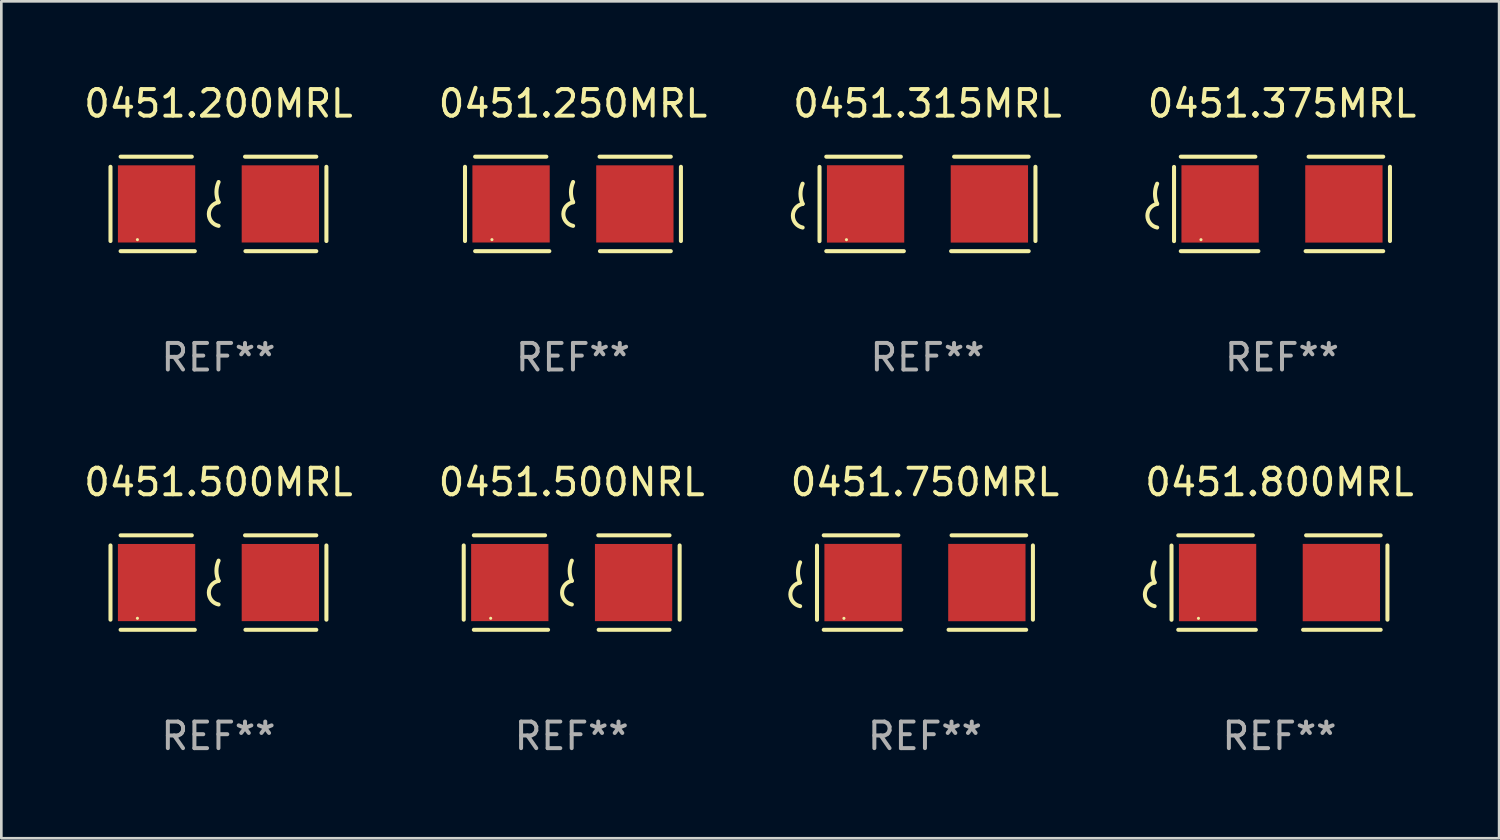
<source format=kicad_pcb>
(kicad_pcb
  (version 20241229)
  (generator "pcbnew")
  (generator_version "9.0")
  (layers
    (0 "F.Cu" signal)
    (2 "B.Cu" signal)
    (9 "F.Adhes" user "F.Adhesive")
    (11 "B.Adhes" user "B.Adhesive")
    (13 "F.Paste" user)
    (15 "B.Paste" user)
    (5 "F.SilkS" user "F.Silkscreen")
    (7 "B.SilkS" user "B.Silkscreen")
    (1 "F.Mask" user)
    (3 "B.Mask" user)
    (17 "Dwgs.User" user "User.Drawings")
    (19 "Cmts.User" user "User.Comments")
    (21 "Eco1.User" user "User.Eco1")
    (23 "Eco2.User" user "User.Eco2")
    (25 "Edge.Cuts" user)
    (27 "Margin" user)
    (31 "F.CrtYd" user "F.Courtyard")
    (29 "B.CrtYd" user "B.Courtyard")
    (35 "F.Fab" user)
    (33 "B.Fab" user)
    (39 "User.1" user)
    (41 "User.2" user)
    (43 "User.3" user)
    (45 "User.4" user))
  (footprint "0451.315MRL"
    (layer "F.Cu")
    (at 31.863 4.626)
    (property "Reference" "0451.315MRL" (at 0 -3.778 0) (layer "F.SilkS") (effects (font (size 1 1) (thickness 0.15))))
    (attr through_hole)
    (fp_line (start -4.064 -1.393) (end -4.064 1.401) (stroke (width 0.152) (type solid)) (layer "F.SilkS"))
    (fp_line (start -3.81 -1.778) (end -1.002 -1.778) (stroke (width 0.152) (type solid)) (layer "F.SilkS"))
    (fp_line (start -0.889 1.778) (end -3.81 1.778) (stroke (width 0.152) (type solid)) (layer "F.SilkS"))
    (fp_line (start 0.889 1.778) (end 3.81 1.778) (stroke (width 0.152) (type solid)) (layer "F.SilkS"))
    (fp_line (start 3.81 -1.778) (end 1.002 -1.778) (stroke (width 0.152) (type solid)) (layer "F.SilkS"))
    (fp_line (start 4.064 -1.397) (end 4.064 1.397) (stroke (width 0.152) (type solid)) (layer "F.SilkS"))
    (fp_arc (start -4.699009 0) (mid -4.780645 -0.381001) (end -4.699009 -0.762002) (stroke (width 0.151994) (type solid)) (layer "F.SilkS"))
    (fp_arc (start -4.699009 0.889002) (mid -5.066697 0.444501) (end -4.699009 0) (stroke (width 0.151994) (type solid)) (layer "F.SilkS"))
    (fp_circle (center -3.05 1.347) (end -3.02 1.347) (stroke (width 0.06) (type solid)) (fill no) (layer "F.SilkS"))
    (fp_text user "REF**" (at 0 5.778 0) (layer "F.Fab") (effects (font (size 1 1) (thickness 0.15))))
    (pad "1" smd rect (at -2.33 0) (size 2.91 2.911) (layers "F.Cu" "F.Mask" "F.Paste"))
    (pad "2" smd rect (at 2.33 0) (size 2.91 2.911) (layers "F.Cu" "F.Mask" "F.Paste")))
  (footprint "0451.500MRL"
    (layer "F.Cu")
    (at 5.173 18.879)
    (property "Reference" "0451.500MRL" (at 0 -3.778 0) (layer "F.SilkS") (effects (font (size 1 1) (thickness 0.15))))
    (attr through_hole)
    (fp_line (start -4.064 -1.397) (end -4.064 1.397) (stroke (width 0.152) (type solid)) (layer "F.SilkS"))
    (fp_line (start -3.683 -1.778) (end -1.002 -1.778) (stroke (width 0.152) (type solid)) (layer "F.SilkS"))
    (fp_line (start -0.889 1.778) (end -3.683 1.778) (stroke (width 0.152) (type solid)) (layer "F.SilkS"))
    (fp_line (start 1.016 1.778) (end 3.683 1.778) (stroke (width 0.152) (type solid)) (layer "F.SilkS"))
    (fp_line (start 3.683 -1.778) (end 1.001 -1.778) (stroke (width 0.152) (type solid)) (layer "F.SilkS"))
    (fp_line (start 4.064 -1.397) (end 4.064 1.397) (stroke (width 0.152) (type solid)) (layer "F.SilkS"))
    (fp_arc (start 0.006045 -0.0635) (mid -0.075591 -0.444501) (end 0.006045 -0.825502) (stroke (width 0.151994) (type solid)) (layer "F.SilkS"))
    (fp_arc (start 0.006045 0.825502) (mid -0.361643 0.381001) (end 0.006045 -0.0635) (stroke (width 0.151994) (type solid)) (layer "F.SilkS"))
    (fp_circle (center -3.05 1.345) (end -3.02 1.345) (stroke (width 0.06) (type solid)) (fill no) (layer "F.SilkS"))
    (fp_text user "REF**" (at 0 5.778 0) (layer "F.Fab") (effects (font (size 1 1) (thickness 0.15))))
    (pad "1" smd rect (at -2.33 0) (size 2.91 2.905) (layers "F.Cu" "F.Mask" "F.Paste"))
    (pad "2" smd rect (at 2.33 0) (size 2.91 2.905) (layers "F.Cu" "F.Mask" "F.Paste")))
  (footprint "0451.800MRL"
    (layer "F.Cu")
    (at 45.113 18.879)
    (property "Reference" "0451.800MRL" (at 0 -3.778 0) (layer "F.SilkS") (effects (font (size 1 1) (thickness 0.15))))
    (attr through_hole)
    (fp_line (start -4.064 -1.393) (end -4.064 1.401) (stroke (width 0.152) (type solid)) (layer "F.SilkS"))
    (fp_line (start -3.81 -1.778) (end -1.002 -1.778) (stroke (width 0.152) (type solid)) (layer "F.SilkS"))
    (fp_line (start -0.889 1.778) (end -3.81 1.778) (stroke (width 0.152) (type solid)) (layer "F.SilkS"))
    (fp_line (start 0.889 1.778) (end 3.81 1.778) (stroke (width 0.152) (type solid)) (layer "F.SilkS"))
    (fp_line (start 3.81 -1.778) (end 1.002 -1.778) (stroke (width 0.152) (type solid)) (layer "F.SilkS"))
    (fp_line (start 4.064 -1.397) (end 4.064 1.397) (stroke (width 0.152) (type solid)) (layer "F.SilkS"))
    (fp_arc (start -4.699009 0) (mid -4.780645 -0.381001) (end -4.699009 -0.762002) (stroke (width 0.151994) (type solid)) (layer "F.SilkS"))
    (fp_arc (start -4.699009 0.889002) (mid -5.066697 0.444501) (end -4.699009 0) (stroke (width 0.151994) (type solid)) (layer "F.SilkS"))
    (fp_circle (center -3.05 1.347) (end -3.02 1.347) (stroke (width 0.06) (type solid)) (fill no) (layer "F.SilkS"))
    (fp_text user "REF**" (at 0 5.778 0) (layer "F.Fab") (effects (font (size 1 1) (thickness 0.15))))
    (pad "1" smd rect (at -2.33 0) (size 2.91 2.911) (layers "F.Cu" "F.Mask" "F.Paste"))
    (pad "2" smd rect (at 2.33 0) (size 2.91 2.911) (layers "F.Cu" "F.Mask" "F.Paste")))
  (footprint "0451.250MRL"
    (layer "F.Cu")
    (at 18.518 4.626)
    (property "Reference" "0451.250MRL" (at 0 -3.778 0) (layer "F.SilkS") (effects (font (size 1 1) (thickness 0.15))))
    (attr through_hole)
    (fp_line (start -4.064 -1.397) (end -4.064 1.397) (stroke (width 0.152) (type solid)) (layer "F.SilkS"))
    (fp_line (start -3.683 -1.778) (end -1.002 -1.778) (stroke (width 0.152) (type solid)) (layer "F.SilkS"))
    (fp_line (start -0.889 1.778) (end -3.683 1.778) (stroke (width 0.152) (type solid)) (layer "F.SilkS"))
    (fp_line (start 1.016 1.778) (end 3.683 1.778) (stroke (width 0.152) (type solid)) (layer "F.SilkS"))
    (fp_line (start 3.683 -1.778) (end 1.001 -1.778) (stroke (width 0.152) (type solid)) (layer "F.SilkS"))
    (fp_line (start 4.064 -1.397) (end 4.064 1.397) (stroke (width 0.152) (type solid)) (layer "F.SilkS"))
    (fp_arc (start 0.006045 -0.0635) (mid -0.075591 -0.444501) (end 0.006045 -0.825502) (stroke (width 0.151994) (type solid)) (layer "F.SilkS"))
    (fp_arc (start 0.006045 0.825502) (mid -0.361643 0.381001) (end 0.006045 -0.0635) (stroke (width 0.151994) (type solid)) (layer "F.SilkS"))
    (fp_circle (center -3.05 1.345) (end -3.02 1.345) (stroke (width 0.06) (type solid)) (fill no) (layer "F.SilkS"))
    (fp_text user "REF**" (at 0 5.778 0) (layer "F.Fab") (effects (font (size 1 1) (thickness 0.15))))
    (pad "1" smd rect (at -2.33 0) (size 2.91 2.905) (layers "F.Cu" "F.Mask" "F.Paste"))
    (pad "2" smd rect (at 2.33 0) (size 2.91 2.905) (layers "F.Cu" "F.Mask" "F.Paste")))
  (footprint "0451.750MRL"
    (layer "F.Cu")
    (at 31.768 18.879)
    (property "Reference" "0451.750MRL" (at 0 -3.778 0) (layer "F.SilkS") (effects (font (size 1 1) (thickness 0.15))))
    (attr through_hole)
    (fp_line (start -4.064 -1.393) (end -4.064 1.401) (stroke (width 0.152) (type solid)) (layer "F.SilkS"))
    (fp_line (start -3.81 -1.778) (end -1.002 -1.778) (stroke (width 0.152) (type solid)) (layer "F.SilkS"))
    (fp_line (start -0.889 1.778) (end -3.81 1.778) (stroke (width 0.152) (type solid)) (layer "F.SilkS"))
    (fp_line (start 0.889 1.778) (end 3.81 1.778) (stroke (width 0.152) (type solid)) (layer "F.SilkS"))
    (fp_line (start 3.81 -1.778) (end 1.002 -1.778) (stroke (width 0.152) (type solid)) (layer "F.SilkS"))
    (fp_line (start 4.064 -1.397) (end 4.064 1.397) (stroke (width 0.152) (type solid)) (layer "F.SilkS"))
    (fp_arc (start -4.699009 0) (mid -4.780645 -0.381001) (end -4.699009 -0.762002) (stroke (width 0.151994) (type solid)) (layer "F.SilkS"))
    (fp_arc (start -4.699009 0.889002) (mid -5.066697 0.444501) (end -4.699009 0) (stroke (width 0.151994) (type solid)) (layer "F.SilkS"))
    (fp_circle (center -3.05 1.347) (end -3.02 1.347) (stroke (width 0.06) (type solid)) (fill no) (layer "F.SilkS"))
    (fp_text user "REF**" (at 0 5.778 0) (layer "F.Fab") (effects (font (size 1 1) (thickness 0.15))))
    (pad "1" smd rect (at -2.33 0) (size 2.91 2.911) (layers "F.Cu" "F.Mask" "F.Paste"))
    (pad "2" smd rect (at 2.33 0) (size 2.91 2.911) (layers "F.Cu" "F.Mask" "F.Paste")))
  (footprint "0451.200MRL"
    (layer "F.Cu")
    (at 5.173 4.626)
    (property "Reference" "0451.200MRL" (at 0 -3.778 0) (layer "F.SilkS") (effects (font (size 1 1) (thickness 0.15))))
    (attr through_hole)
    (fp_line (start -4.064 -1.397) (end -4.064 1.397) (stroke (width 0.152) (type solid)) (layer "F.SilkS"))
    (fp_line (start -3.683 -1.778) (end -1.002 -1.778) (stroke (width 0.152) (type solid)) (layer "F.SilkS"))
    (fp_line (start -0.889 1.778) (end -3.683 1.778) (stroke (width 0.152) (type solid)) (layer "F.SilkS"))
    (fp_line (start 1.016 1.778) (end 3.683 1.778) (stroke (width 0.152) (type solid)) (layer "F.SilkS"))
    (fp_line (start 3.683 -1.778) (end 1.001 -1.778) (stroke (width 0.152) (type solid)) (layer "F.SilkS"))
    (fp_line (start 4.064 -1.397) (end 4.064 1.397) (stroke (width 0.152) (type solid)) (layer "F.SilkS"))
    (fp_arc (start 0.006045 -0.0635) (mid -0.075591 -0.444501) (end 0.006045 -0.825502) (stroke (width 0.151994) (type solid)) (layer "F.SilkS"))
    (fp_arc (start 0.006045 0.825502) (mid -0.361643 0.381001) (end 0.006045 -0.0635) (stroke (width 0.151994) (type solid)) (layer "F.SilkS"))
    (fp_circle (center -3.05 1.345) (end -3.02 1.345) (stroke (width 0.06) (type solid)) (fill no) (layer "F.SilkS"))
    (fp_text user "REF**" (at 0 5.778 0) (layer "F.Fab") (effects (font (size 1 1) (thickness 0.15))))
    (pad "1" smd rect (at -2.33 0) (size 2.91 2.905) (layers "F.Cu" "F.Mask" "F.Paste"))
    (pad "2" smd rect (at 2.33 0) (size 2.91 2.905) (layers "F.Cu" "F.Mask" "F.Paste")))
  (footprint "0451.375MRL"
    (layer "F.Cu")
    (at 45.208 4.626)
    (property "Reference" "0451.375MRL" (at 0 -3.778 0) (layer "F.SilkS") (effects (font (size 1 1) (thickness 0.15))))
    (attr through_hole)
    (fp_line (start -4.064 -1.393) (end -4.064 1.401) (stroke (width 0.152) (type solid)) (layer "F.SilkS"))
    (fp_line (start -3.81 -1.778) (end -1.002 -1.778) (stroke (width 0.152) (type solid)) (layer "F.SilkS"))
    (fp_line (start -0.889 1.778) (end -3.81 1.778) (stroke (width 0.152) (type solid)) (layer "F.SilkS"))
    (fp_line (start 0.889 1.778) (end 3.81 1.778) (stroke (width 0.152) (type solid)) (layer "F.SilkS"))
    (fp_line (start 3.81 -1.778) (end 1.002 -1.778) (stroke (width 0.152) (type solid)) (layer "F.SilkS"))
    (fp_line (start 4.064 -1.397) (end 4.064 1.397) (stroke (width 0.152) (type solid)) (layer "F.SilkS"))
    (fp_arc (start -4.699009 0) (mid -4.780645 -0.381001) (end -4.699009 -0.762002) (stroke (width 0.151994) (type solid)) (layer "F.SilkS"))
    (fp_arc (start -4.699009 0.889002) (mid -5.066697 0.444501) (end -4.699009 0) (stroke (width 0.151994) (type solid)) (layer "F.SilkS"))
    (fp_circle (center -3.05 1.347) (end -3.02 1.347) (stroke (width 0.06) (type solid)) (fill no) (layer "F.SilkS"))
    (fp_text user "REF**" (at 0 5.778 0) (layer "F.Fab") (effects (font (size 1 1) (thickness 0.15))))
    (pad "1" smd rect (at -2.33 0) (size 2.91 2.911) (layers "F.Cu" "F.Mask" "F.Paste"))
    (pad "2" smd rect (at 2.33 0) (size 2.91 2.911) (layers "F.Cu" "F.Mask" "F.Paste")))
  (footprint "0451.500NRL"
    (layer "F.Cu")
    (at 18.47 18.879)
    (property "Reference" "0451.500NRL" (at 0 -3.778 0) (layer "F.SilkS") (effects (font (size 1 1) (thickness 0.15))))
    (attr through_hole)
    (fp_line (start -4.064 -1.397) (end -4.064 1.397) (stroke (width 0.152) (type solid)) (layer "F.SilkS"))
    (fp_line (start -3.683 -1.778) (end -1.002 -1.778) (stroke (width 0.152) (type solid)) (layer "F.SilkS"))
    (fp_line (start -0.889 1.778) (end -3.683 1.778) (stroke (width 0.152) (type solid)) (layer "F.SilkS"))
    (fp_line (start 1.016 1.778) (end 3.683 1.778) (stroke (width 0.152) (type solid)) (layer "F.SilkS"))
    (fp_line (start 3.683 -1.778) (end 1.001 -1.778) (stroke (width 0.152) (type solid)) (layer "F.SilkS"))
    (fp_line (start 4.064 -1.397) (end 4.064 1.397) (stroke (width 0.152) (type solid)) (layer "F.SilkS"))
    (fp_arc (start 0.006045 -0.0635) (mid -0.075591 -0.444501) (end 0.006045 -0.825502) (stroke (width 0.151994) (type solid)) (layer "F.SilkS"))
    (fp_arc (start 0.006045 0.825502) (mid -0.361643 0.381001) (end 0.006045 -0.0635) (stroke (width 0.151994) (type solid)) (layer "F.SilkS"))
    (fp_circle (center -3.05 1.345) (end -3.02 1.345) (stroke (width 0.06) (type solid)) (fill no) (layer "F.SilkS"))
    (fp_text user "REF**" (at 0 5.778 0) (layer "F.Fab") (effects (font (size 1 1) (thickness 0.15))))
    (pad "1" smd rect (at -2.33 0) (size 2.91 2.905) (layers "F.Cu" "F.Mask" "F.Paste"))
    (pad "2" smd rect (at 2.33 0) (size 2.91 2.905) (layers "F.Cu" "F.Mask" "F.Paste")))
  (gr_rect
    (start -3 -3)
    (end 53.381 28.505)
    (stroke (width 0.1) (type default))
    (fill no)
    (layer "Edge.Cuts")))
</source>
